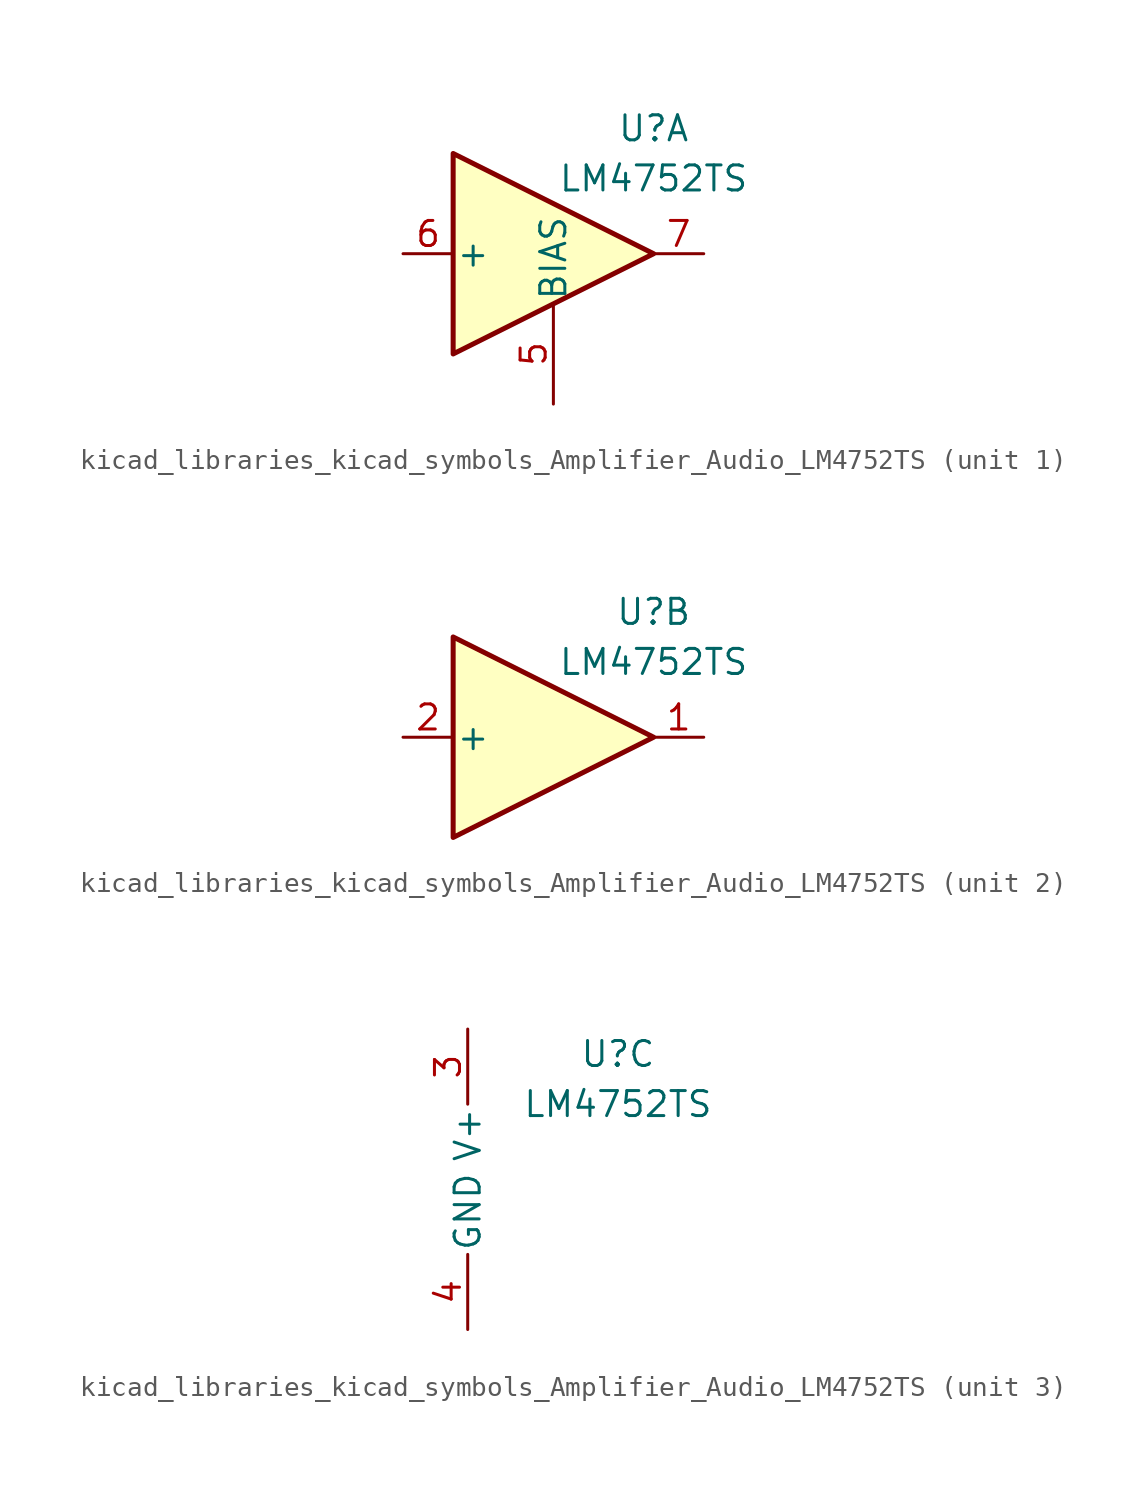
<source format=kicad_sym>
(kicad_symbol_lib
  (version 20220914)
  (generator kicad_symbol_editor)
  (symbol "kicad_libraries_kicad_symbols_Amplifier_Audio_LM4752TS"
    (pin_names
      (offset 0.127))
    (property "Reference" "U"
      (at 5.08 6.35 0)
      (effects (font (size 1.27 1.27))))
    (property "Value" "LM4752TS"
      (at 5.08 3.81 0)
      (effects (font (size 1.27 1.27))))
    (property "ki_locked" ""
      (at 0 0 0)
      (effects (font (size 1.27 1.27))))
    (symbol "kicad_libraries_kicad_symbols_Amplifier_Audio_LM4752TS_1_1"
      (polyline (pts (xy -5.08 5.08) (xy 5.08 0) (xy -5.08 -5.08) (xy -5.08 5.08)) (stroke (width 0.254) (type default)) (fill (type background)))
      (pin input line (at 0 -7.62 90) (length 5.08) (name "BIAS" (effects (font (size 1.27 1.27)))) (number "5" (effects (font (size 1.27 1.27)))))
      (pin input line (at -7.62 0 0) (length 2.54) (name "+" (effects (font (size 1.27 1.27)))) (number "6" (effects (font (size 1.27 1.27)))))
      (pin output line (at 7.62 0 180) (length 2.54) (name "~" (effects (font (size 1.27 1.27)))) (number "7" (effects (font (size 1.27 1.27))))))
    (symbol "kicad_libraries_kicad_symbols_Amplifier_Audio_LM4752TS_2_1"
      (polyline (pts (xy -5.08 5.08) (xy 5.08 0) (xy -5.08 -5.08) (xy -5.08 5.08)) (stroke (width 0.254) (type default)) (fill (type background)))
      (pin output line (at 7.62 0 180) (length 2.54) (name "~" (effects (font (size 1.27 1.27)))) (number "1" (effects (font (size 1.27 1.27)))))
      (pin input line (at -7.62 0 0) (length 2.54) (name "+" (effects (font (size 1.27 1.27)))) (number "2" (effects (font (size 1.27 1.27))))))
    (symbol "kicad_libraries_kicad_symbols_Amplifier_Audio_LM4752TS_3_1"
      (pin power_in line (at -2.54 7.62 270) (length 3.81) (name "V+" (effects (font (size 1.27 1.27)))) (number "3" (effects (font (size 1.27 1.27)))))
      (pin power_in line (at -2.54 -7.62 90) (length 3.81) (name "GND" (effects (font (size 1.27 1.27)))) (number "4" (effects (font (size 1.27 1.27))))))))
</source>
